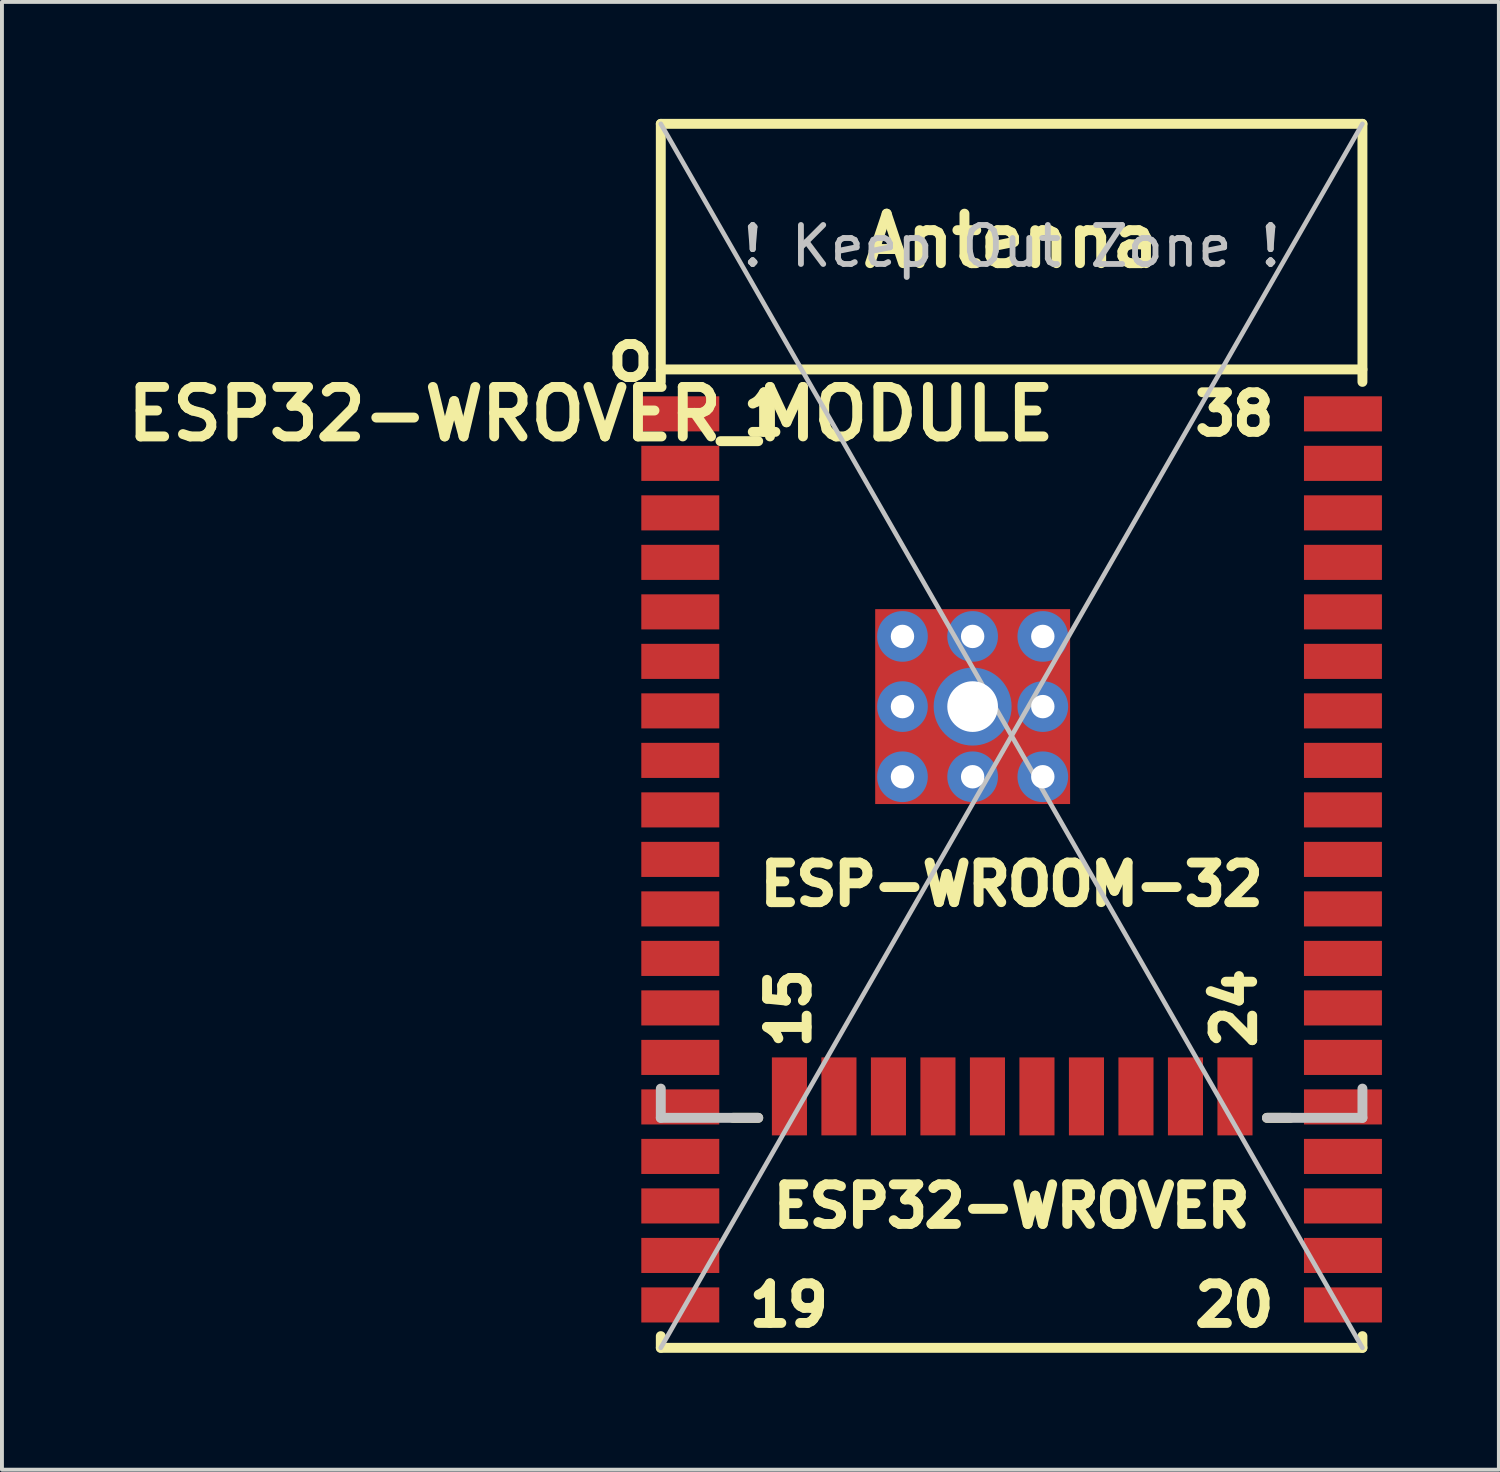
<source format=kicad_pcb>
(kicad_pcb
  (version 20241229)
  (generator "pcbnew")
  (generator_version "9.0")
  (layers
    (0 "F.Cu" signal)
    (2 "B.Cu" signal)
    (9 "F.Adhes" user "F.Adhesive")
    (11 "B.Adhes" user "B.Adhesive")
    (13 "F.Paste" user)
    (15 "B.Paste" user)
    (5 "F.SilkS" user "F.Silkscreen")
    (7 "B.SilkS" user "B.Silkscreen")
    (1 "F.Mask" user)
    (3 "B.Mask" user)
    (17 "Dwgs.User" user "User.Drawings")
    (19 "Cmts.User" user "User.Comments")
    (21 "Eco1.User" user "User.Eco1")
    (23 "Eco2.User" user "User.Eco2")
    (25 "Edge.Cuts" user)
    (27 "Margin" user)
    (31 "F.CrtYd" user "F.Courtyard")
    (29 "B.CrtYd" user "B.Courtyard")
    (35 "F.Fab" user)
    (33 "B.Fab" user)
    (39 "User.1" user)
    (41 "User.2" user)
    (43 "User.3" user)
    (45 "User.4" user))
  (footprint "ESP32-WROVER_MODULE"
    (layer "F.Cu")
    (at 22.902 15.827)
    (property "Reference" "ESP32-WROVER_MODULE" (at -10.795 -8.255 0) (layer "F.SilkS") (effects (font (size 1.27 1.27) (thickness 0.254))))
    (attr smd)
    (fp_line (start -9 -15.7) (end -9 -9.08) (stroke (width 0.254) (type solid)) (layer "F.SilkS"))
    (fp_line (start -9 -15.7) (end 9 -15.7) (stroke (width 0.254) (type solid)) (layer "F.SilkS"))
    (fp_line (start -9 -9.4) (end 9 -9.4) (stroke (width 0.254) (type solid)) (layer "F.SilkS"))
    (fp_line (start -9 15.7) (end -9 15.4) (stroke (width 0.254) (type solid)) (layer "F.SilkS"))
    (fp_line (start -9 15.7) (end 9 15.7) (stroke (width 0.254) (type solid)) (layer "F.SilkS"))
    (fp_line (start -7.15 9.8) (end -6.5 9.8) (stroke (width 0.254) (type solid)) (layer "F.SilkS"))
    (fp_line (start 7.15 9.8) (end 6.55 9.8) (stroke (width 0.254) (type solid)) (layer "F.SilkS"))
    (fp_line (start 9 -15.7) (end 9 -9.08) (stroke (width 0.254) (type solid)) (layer "F.SilkS"))
    (fp_line (start 9 15.7) (end 9 15.4) (stroke (width 0.254) (type solid)) (layer "F.SilkS"))
    (fp_line (start -9 -15.7) (end 9 15.7) (stroke (width 0.12) (type solid)) (layer "Dwgs.User"))
    (fp_line (start -9 9.8) (end -9 9.05) (stroke (width 0.254) (type solid)) (layer "Dwgs.User"))
    (fp_line (start -9 9.8) (end -6.5 9.8) (stroke (width 0.254) (type solid)) (layer "Dwgs.User"))
    (fp_line (start 9 -15.7) (end -9 15.7) (stroke (width 0.12) (type solid)) (layer "Dwgs.User"))
    (fp_line (start 9 9.8) (end 6.55 9.8) (stroke (width 0.254) (type solid)) (layer "Dwgs.User"))
    (fp_line (start 9 9.8) (end 9 9.05) (stroke (width 0.254) (type solid)) (layer "Dwgs.User"))
    (fp_text user "19" (at -5.715 14.605 0) (layer "F.SilkS") (effects (font (size 1.016 1.016) (thickness 0.254))))
    (fp_text user "15" (at -5.715 6.985 90) (layer "F.SilkS") (effects (font (size 1.016 1.016) (thickness 0.254))))
    (fp_text user "20" (at 5.715 14.605 0) (layer "F.SilkS") (effects (font (size 1.016 1.016) (thickness 0.254))))
    (fp_text user "24" (at 5.715 6.985 90) (layer "F.SilkS") (effects (font (size 1.016 1.016) (thickness 0.254))))
    (fp_text user "o" (at -9.779 -9.779 0) (layer "F.SilkS") (effects (font (size 1.27 1.27) (thickness 0.254))))
    (fp_text user "1" (at -6.35 -8.255 0) (layer "F.SilkS") (effects (font (size 1.016 1.016) (thickness 0.254))))
    (fp_text user "Antenna" (at 0 -12.7 0) (layer "F.SilkS") (effects (font (size 1.27 1.27) (thickness 0.254))))
    (fp_text user "ESP32-WROVER" (at 0 12.065 0) (layer "F.SilkS") (effects (font (size 1.016 1.016) (thickness 0.254))))
    (fp_text user "38" (at 5.715 -8.255 0) (layer "F.SilkS") (effects (font (size 1.016 1.016) (thickness 0.254))))
    (fp_text user "ESP-WROOM-32" (at 0 3.81 0) (layer "F.SilkS") (effects (font (size 1.016 1.016) (thickness 0.254))))
    (fp_text user "! Keep Out Zone !" (at 0 -12.56 0) (layer "Dwgs.User") (effects (font (size 1 1) (thickness 0.15))))
    (pad "" smd rect (at -1.9 -2.25) (size 1.2 1.8) (layers "F.Paste"))
    (pad "" smd rect (at -1.9 0.75) (size 1.2 1.8) (layers "F.Paste"))
    (pad "" smd rect (at -0.1 -2.25) (size 1.2 1.8) (layers "F.Paste"))
    (pad "" smd rect (at -0.1 0.75) (size 1.2 1.8) (layers "F.Paste"))
    (pad "1" smd rect (at -8.5 -8.26) (size 2 0.9) (layers "F.Cu" "F.Mask" "F.Paste"))
    (pad "2" smd rect (at -8.5 -6.99) (size 2 0.9) (layers "F.Cu" "F.Mask" "F.Paste"))
    (pad "3" smd rect (at -8.5 -5.72) (size 2 0.9) (layers "F.Cu" "F.Mask" "F.Paste"))
    (pad "4" smd rect (at -8.5 -4.45) (size 2 0.9) (layers "F.Cu" "F.Mask" "F.Paste"))
    (pad "5" smd rect (at -8.5 -3.18) (size 2 0.9) (layers "F.Cu" "F.Mask" "F.Paste"))
    (pad "6" smd rect (at -8.5 -1.91) (size 2 0.9) (layers "F.Cu" "F.Mask" "F.Paste"))
    (pad "7" smd rect (at -8.5 -0.64) (size 2 0.9) (layers "F.Cu" "F.Mask" "F.Paste"))
    (pad "8" smd rect (at -8.5 0.63) (size 2 0.9) (layers "F.Cu" "F.Mask" "F.Paste"))
    (pad "9" smd rect (at -8.5 1.9) (size 2 0.9) (layers "F.Cu" "F.Mask" "F.Paste"))
    (pad "10" smd rect (at -8.5 3.17) (size 2 0.9) (layers "F.Cu" "F.Mask" "F.Paste"))
    (pad "11" smd rect (at -8.5 4.44) (size 2 0.9) (layers "F.Cu" "F.Mask" "F.Paste"))
    (pad "12" smd rect (at -8.5 5.71) (size 2 0.9) (layers "F.Cu" "F.Mask" "F.Paste"))
    (pad "13" smd rect (at -8.5 6.98) (size 2 0.9) (layers "F.Cu" "F.Mask" "F.Paste"))
    (pad "14" smd rect (at -8.5 8.25) (size 2 0.9) (layers "F.Cu" "F.Mask" "F.Paste"))
    (pad "15" smd rect (at -8.5 9.52) (size 2 0.9) (layers "F.Cu" "F.Mask" "F.Paste"))
    (pad "15" smd rect (at -5.7 9.25) (size 0.9 2) (layers "F.Cu" "F.Mask" "F.Paste"))
    (pad "16" smd rect (at -8.5 10.79) (size 2 0.9) (layers "F.Cu" "F.Mask" "F.Paste"))
    (pad "16" smd rect (at -4.43 9.25) (size 0.9 2) (layers "F.Cu" "F.Mask" "F.Paste"))
    (pad "17" smd rect (at -8.5 12.06) (size 2 0.9) (layers "F.Cu" "F.Mask" "F.Paste"))
    (pad "17" smd rect (at -3.16 9.25) (size 0.9 2) (layers "F.Cu" "F.Mask" "F.Paste"))
    (pad "18" smd rect (at -8.5 13.33) (size 2 0.9) (layers "F.Cu" "F.Mask" "F.Paste"))
    (pad "18" smd rect (at -1.89 9.25) (size 0.9 2) (layers "F.Cu" "F.Mask" "F.Paste"))
    (pad "19" smd rect (at -8.5 14.6) (size 2 0.9) (layers "F.Cu" "F.Mask" "F.Paste"))
    (pad "19" smd rect (at -0.62 9.25) (size 0.9 2) (layers "F.Cu" "F.Mask" "F.Paste"))
    (pad "20" smd rect (at 0.65 9.25) (size 0.9 2) (layers "F.Cu" "F.Mask" "F.Paste"))
    (pad "20" smd rect (at 8.5 14.6) (size 2 0.9) (layers "F.Cu" "F.Mask" "F.Paste"))
    (pad "21" smd rect (at 1.92 9.25) (size 0.9 2) (layers "F.Cu" "F.Mask" "F.Paste"))
    (pad "21" smd rect (at 8.5 13.33) (size 2 0.9) (layers "F.Cu" "F.Mask" "F.Paste"))
    (pad "22" smd rect (at 3.19 9.25) (size 0.9 2) (layers "F.Cu" "F.Mask" "F.Paste"))
    (pad "22" smd rect (at 8.5 12.06) (size 2 0.9) (layers "F.Cu" "F.Mask" "F.Paste"))
    (pad "23" smd rect (at 4.46 9.25) (size 0.9 2) (layers "F.Cu" "F.Mask" "F.Paste"))
    (pad "23" smd rect (at 8.5 10.79) (size 2 0.9) (layers "F.Cu" "F.Mask" "F.Paste"))
    (pad "24" smd rect (at 5.73 9.25) (size 0.9 2) (layers "F.Cu" "F.Mask" "F.Paste"))
    (pad "24" smd rect (at 8.5 9.52) (size 2 0.9) (layers "F.Cu" "F.Mask" "F.Paste"))
    (pad "25" smd rect (at 8.5 8.25) (size 2 0.9) (layers "F.Cu" "F.Mask" "F.Paste"))
    (pad "26" smd rect (at 8.5 6.98) (size 2 0.9) (layers "F.Cu" "F.Mask" "F.Paste"))
    (pad "27" smd rect (at 8.5 5.71) (size 2 0.9) (layers "F.Cu" "F.Mask" "F.Paste"))
    (pad "28" smd rect (at 8.5 4.44) (size 2 0.9) (layers "F.Cu" "F.Mask" "F.Paste"))
    (pad "29" smd rect (at 8.5 3.17) (size 2 0.9) (layers "F.Cu" "F.Mask" "F.Paste"))
    (pad "30" smd rect (at 8.5 1.9) (size 2 0.9) (layers "F.Cu" "F.Mask" "F.Paste"))
    (pad "31" smd rect (at 8.5 0.63) (size 2 0.9) (layers "F.Cu" "F.Mask" "F.Paste"))
    (pad "32" smd rect (at 8.5 -0.64) (size 2 0.9) (layers "F.Cu" "F.Mask" "F.Paste"))
    (pad "33" smd rect (at 8.5 -1.91) (size 2 0.9) (layers "F.Cu" "F.Mask" "F.Paste"))
    (pad "34" smd rect (at 8.5 -3.18) (size 2 0.9) (layers "F.Cu" "F.Mask" "F.Paste"))
    (pad "35" smd rect (at 8.5 -4.45) (size 2 0.9) (layers "F.Cu" "F.Mask" "F.Paste"))
    (pad "36" smd rect (at 8.5 -5.72) (size 2 0.9) (layers "F.Cu" "F.Mask" "F.Paste"))
    (pad "37" smd rect (at 8.5 -6.99) (size 2 0.9) (layers "F.Cu" "F.Mask" "F.Paste"))
    (pad "38" smd rect (at 8.5 -8.26) (size 2 0.9) (layers "F.Cu" "F.Mask" "F.Paste"))
    (pad "39" thru_hole circle (at -2.8 -2.55) (size 1.3 1.3) (drill 0.6) (layers "*.Cu"))
    (pad "39" thru_hole circle (at -2.8 -0.75) (size 1.3 1.3) (drill 0.6) (layers "*.Cu"))
    (pad "39" thru_hole circle (at -2.8 1.05) (size 1.3 1.3) (drill 0.6) (layers "*.Cu"))
    (pad "39" thru_hole circle (at -1 -2.55) (size 1.3 1.3) (drill 0.6) (layers "*.Cu"))
    (pad "39" thru_hole circle (at -1 -0.75) (size 2 2) (drill 1.3) (layers "*.Cu" "*.Mask"))
    (pad "39" smd rect (at -1 -0.75) (size 5 5) (layers "F.Cu" "F.Mask"))
    (pad "39" thru_hole circle (at -1 1.05) (size 1.3 1.3) (drill 0.6) (layers "*.Cu"))
    (pad "39" thru_hole circle (at 0.8 -2.55) (size 1.3 1.3) (drill 0.6) (layers "*.Cu"))
    (pad "39" thru_hole circle (at 0.8 -0.75) (size 1.3 1.3) (drill 0.6) (layers "*.Cu"))
    (pad "39" thru_hole circle (at 0.8 1.05) (size 1.3 1.3) (drill 0.6) (layers "*.Cu")))
  (gr_rect
    (start -3 -3)
    (end 35.402 34.654)
    (stroke (width 0.1) (type default))
    (fill no)
    (layer "Edge.Cuts")))
</source>
